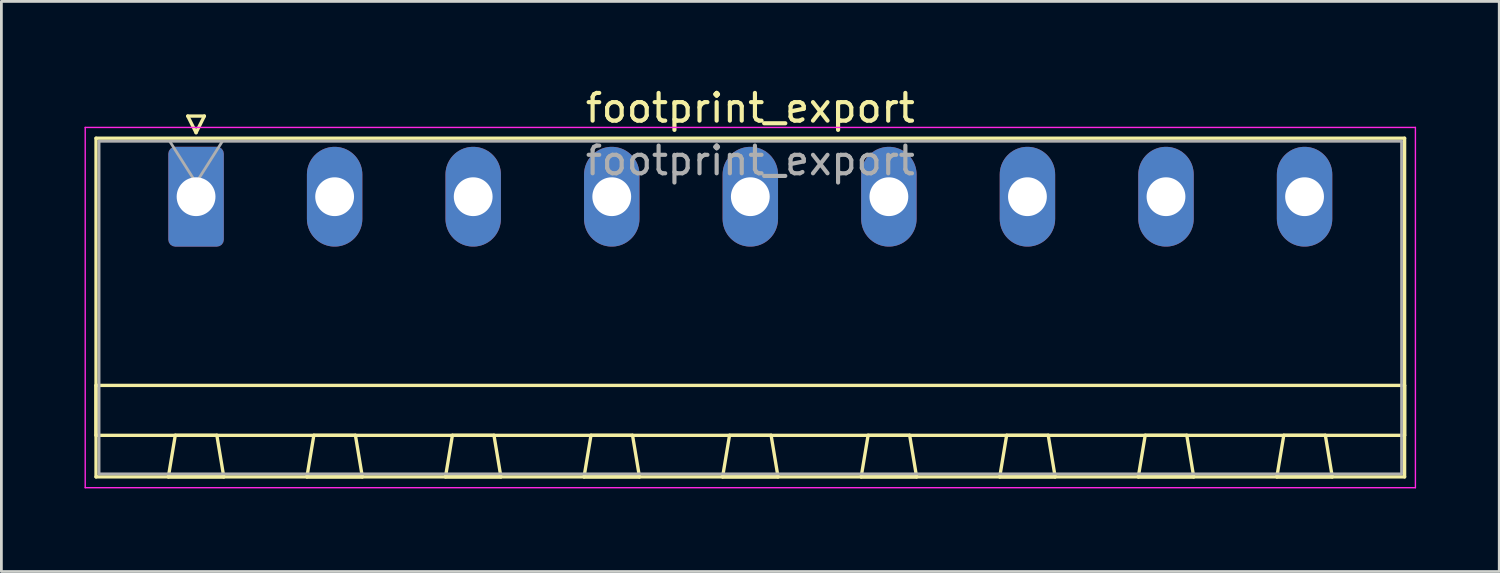
<source format=kicad_pcb>
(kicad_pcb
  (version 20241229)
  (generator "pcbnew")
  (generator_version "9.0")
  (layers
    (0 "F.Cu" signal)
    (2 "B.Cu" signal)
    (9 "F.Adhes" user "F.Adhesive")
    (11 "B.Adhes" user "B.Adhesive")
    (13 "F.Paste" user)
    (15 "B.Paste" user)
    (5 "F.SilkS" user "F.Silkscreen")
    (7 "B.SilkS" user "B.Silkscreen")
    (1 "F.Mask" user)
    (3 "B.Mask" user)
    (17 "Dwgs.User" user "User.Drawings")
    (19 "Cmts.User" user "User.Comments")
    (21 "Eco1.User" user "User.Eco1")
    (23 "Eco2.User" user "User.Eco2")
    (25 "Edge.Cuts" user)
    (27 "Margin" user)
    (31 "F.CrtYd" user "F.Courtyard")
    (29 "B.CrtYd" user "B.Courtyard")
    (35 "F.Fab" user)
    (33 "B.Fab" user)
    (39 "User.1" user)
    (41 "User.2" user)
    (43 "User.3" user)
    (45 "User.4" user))
  (footprint "footprint_export"
    (layer "F.Cu")
    (at 4.025 4.048)
    (property "Reference" "footprint_export" (at 20 -3.2 0) (layer "F.SilkS") (effects (font (size 1 1) (thickness 0.15))))
    (attr through_hole)
    (fp_line (start -3.61 -2.11) (end -3.61 10.11) (stroke (width 0.12) (type solid)) (layer "F.SilkS"))
    (fp_line (start -3.61 6.81) (end 43.61 6.81) (stroke (width 0.12) (type solid)) (layer "F.SilkS"))
    (fp_line (start -3.61 8.61) (end -3.61 6.81) (stroke (width 0.12) (type solid)) (layer "F.SilkS"))
    (fp_line (start -3.61 10.11) (end 43.61 10.11) (stroke (width 0.12) (type solid)) (layer "F.SilkS"))
    (fp_line (start -1 10.11) (end 1 10.11) (stroke (width 0.12) (type solid)) (layer "F.SilkS"))
    (fp_line (start -0.75 8.61) (end -1 10.11) (stroke (width 0.12) (type solid)) (layer "F.SilkS"))
    (fp_line (start -0.3 -2.91) (end 0.3 -2.91) (stroke (width 0.12) (type solid)) (layer "F.SilkS"))
    (fp_line (start 0 -2.31) (end -0.3 -2.91) (stroke (width 0.12) (type solid)) (layer "F.SilkS"))
    (fp_line (start 0.3 -2.91) (end 0 -2.31) (stroke (width 0.12) (type solid)) (layer "F.SilkS"))
    (fp_line (start 0.75 8.61) (end -0.75 8.61) (stroke (width 0.12) (type solid)) (layer "F.SilkS"))
    (fp_line (start 1 10.11) (end 0.75 8.61) (stroke (width 0.12) (type solid)) (layer "F.SilkS"))
    (fp_line (start 4 10.11) (end 6 10.11) (stroke (width 0.12) (type solid)) (layer "F.SilkS"))
    (fp_line (start 4.25 8.61) (end 4 10.11) (stroke (width 0.12) (type solid)) (layer "F.SilkS"))
    (fp_line (start 5.75 8.61) (end 4.25 8.61) (stroke (width 0.12) (type solid)) (layer "F.SilkS"))
    (fp_line (start 6 10.11) (end 5.75 8.61) (stroke (width 0.12) (type solid)) (layer "F.SilkS"))
    (fp_line (start 9 10.11) (end 11 10.11) (stroke (width 0.12) (type solid)) (layer "F.SilkS"))
    (fp_line (start 9.25 8.61) (end 9 10.11) (stroke (width 0.12) (type solid)) (layer "F.SilkS"))
    (fp_line (start 10.75 8.61) (end 9.25 8.61) (stroke (width 0.12) (type solid)) (layer "F.SilkS"))
    (fp_line (start 11 10.11) (end 10.75 8.61) (stroke (width 0.12) (type solid)) (layer "F.SilkS"))
    (fp_line (start 14 10.11) (end 16 10.11) (stroke (width 0.12) (type solid)) (layer "F.SilkS"))
    (fp_line (start 14.25 8.61) (end 14 10.11) (stroke (width 0.12) (type solid)) (layer "F.SilkS"))
    (fp_line (start 15.75 8.61) (end 14.25 8.61) (stroke (width 0.12) (type solid)) (layer "F.SilkS"))
    (fp_line (start 16 10.11) (end 15.75 8.61) (stroke (width 0.12) (type solid)) (layer "F.SilkS"))
    (fp_line (start 19 10.11) (end 21 10.11) (stroke (width 0.12) (type solid)) (layer "F.SilkS"))
    (fp_line (start 19.25 8.61) (end 19 10.11) (stroke (width 0.12) (type solid)) (layer "F.SilkS"))
    (fp_line (start 20.75 8.61) (end 19.25 8.61) (stroke (width 0.12) (type solid)) (layer "F.SilkS"))
    (fp_line (start 21 10.11) (end 20.75 8.61) (stroke (width 0.12) (type solid)) (layer "F.SilkS"))
    (fp_line (start 24 10.11) (end 26 10.11) (stroke (width 0.12) (type solid)) (layer "F.SilkS"))
    (fp_line (start 24.25 8.61) (end 24 10.11) (stroke (width 0.12) (type solid)) (layer "F.SilkS"))
    (fp_line (start 25.75 8.61) (end 24.25 8.61) (stroke (width 0.12) (type solid)) (layer "F.SilkS"))
    (fp_line (start 26 10.11) (end 25.75 8.61) (stroke (width 0.12) (type solid)) (layer "F.SilkS"))
    (fp_line (start 29 10.11) (end 31 10.11) (stroke (width 0.12) (type solid)) (layer "F.SilkS"))
    (fp_line (start 29.25 8.61) (end 29 10.11) (stroke (width 0.12) (type solid)) (layer "F.SilkS"))
    (fp_line (start 30.75 8.61) (end 29.25 8.61) (stroke (width 0.12) (type solid)) (layer "F.SilkS"))
    (fp_line (start 31 10.11) (end 30.75 8.61) (stroke (width 0.12) (type solid)) (layer "F.SilkS"))
    (fp_line (start 34 10.11) (end 36 10.11) (stroke (width 0.12) (type solid)) (layer "F.SilkS"))
    (fp_line (start 34.25 8.61) (end 34 10.11) (stroke (width 0.12) (type solid)) (layer "F.SilkS"))
    (fp_line (start 35.75 8.61) (end 34.25 8.61) (stroke (width 0.12) (type solid)) (layer "F.SilkS"))
    (fp_line (start 36 10.11) (end 35.75 8.61) (stroke (width 0.12) (type solid)) (layer "F.SilkS"))
    (fp_line (start 39 10.11) (end 41 10.11) (stroke (width 0.12) (type solid)) (layer "F.SilkS"))
    (fp_line (start 39.25 8.61) (end 39 10.11) (stroke (width 0.12) (type solid)) (layer "F.SilkS"))
    (fp_line (start 40.75 8.61) (end 39.25 8.61) (stroke (width 0.12) (type solid)) (layer "F.SilkS"))
    (fp_line (start 41 10.11) (end 40.75 8.61) (stroke (width 0.12) (type solid)) (layer "F.SilkS"))
    (fp_line (start 43.61 -2.11) (end -3.61 -2.11) (stroke (width 0.12) (type solid)) (layer "F.SilkS"))
    (fp_line (start 43.61 6.81) (end 43.61 8.61) (stroke (width 0.12) (type solid)) (layer "F.SilkS"))
    (fp_line (start 43.61 8.61) (end -3.61 8.61) (stroke (width 0.12) (type solid)) (layer "F.SilkS"))
    (fp_line (start 43.61 10.11) (end 43.61 -2.11) (stroke (width 0.12) (type solid)) (layer "F.SilkS"))
    (fp_line (start -4 -2.5) (end -4 10.5) (stroke (width 0.05) (type solid)) (layer "F.CrtYd"))
    (fp_line (start -4 10.5) (end 44 10.5) (stroke (width 0.05) (type solid)) (layer "F.CrtYd"))
    (fp_line (start 44 -2.5) (end -4 -2.5) (stroke (width 0.05) (type solid)) (layer "F.CrtYd"))
    (fp_line (start 44 10.5) (end 44 -2.5) (stroke (width 0.05) (type solid)) (layer "F.CrtYd"))
    (fp_line (start -3.5 -2) (end -3.5 10) (stroke (width 0.1) (type solid)) (layer "F.Fab"))
    (fp_line (start -3.5 10) (end 43.5 10) (stroke (width 0.1) (type solid)) (layer "F.Fab"))
    (fp_line (start 0 -0.5) (end -0.95 -2) (stroke (width 0.1) (type solid)) (layer "F.Fab"))
    (fp_line (start 0.95 -2) (end 0 -0.5) (stroke (width 0.1) (type solid)) (layer "F.Fab"))
    (fp_line (start 43.5 -2) (end -3.5 -2) (stroke (width 0.1) (type solid)) (layer "F.Fab"))
    (fp_line (start 43.5 10) (end 43.5 -2) (stroke (width 0.1) (type solid)) (layer "F.Fab"))
    (fp_text user "${REFERENCE}" (at 20 -1.3 0) (layer "F.Fab") (effects (font (size 1 1) (thickness 0.15))))
    (pad "1" thru_hole roundrect (at 0 0) (size 2 3.6) (drill 1.4) (layers "*.Cu" "*.Mask") (roundrect_rratio 0.125))
    (pad "2" thru_hole oval (at 5 0) (size 2 3.6) (drill 1.4) (layers "*.Cu" "*.Mask"))
    (pad "3" thru_hole oval (at 10 0) (size 2 3.6) (drill 1.4) (layers "*.Cu" "*.Mask"))
    (pad "4" thru_hole oval (at 15 0) (size 2 3.6) (drill 1.4) (layers "*.Cu" "*.Mask"))
    (pad "5" thru_hole oval (at 20 0) (size 2 3.6) (drill 1.4) (layers "*.Cu" "*.Mask"))
    (pad "6" thru_hole oval (at 25 0) (size 2 3.6) (drill 1.4) (layers "*.Cu" "*.Mask"))
    (pad "7" thru_hole oval (at 30 0) (size 2 3.6) (drill 1.4) (layers "*.Cu" "*.Mask"))
    (pad "8" thru_hole oval (at 35 0) (size 2 3.6) (drill 1.4) (layers "*.Cu" "*.Mask"))
    (pad "9" thru_hole oval (at 40 0) (size 2 3.6) (drill 1.4) (layers "*.Cu" "*.Mask")))
  (gr_rect
    (start -3 -3)
    (end 51.05 17.573)
    (stroke (width 0.1) (type default))
    (fill no)
    (layer "Edge.Cuts")))
</source>
